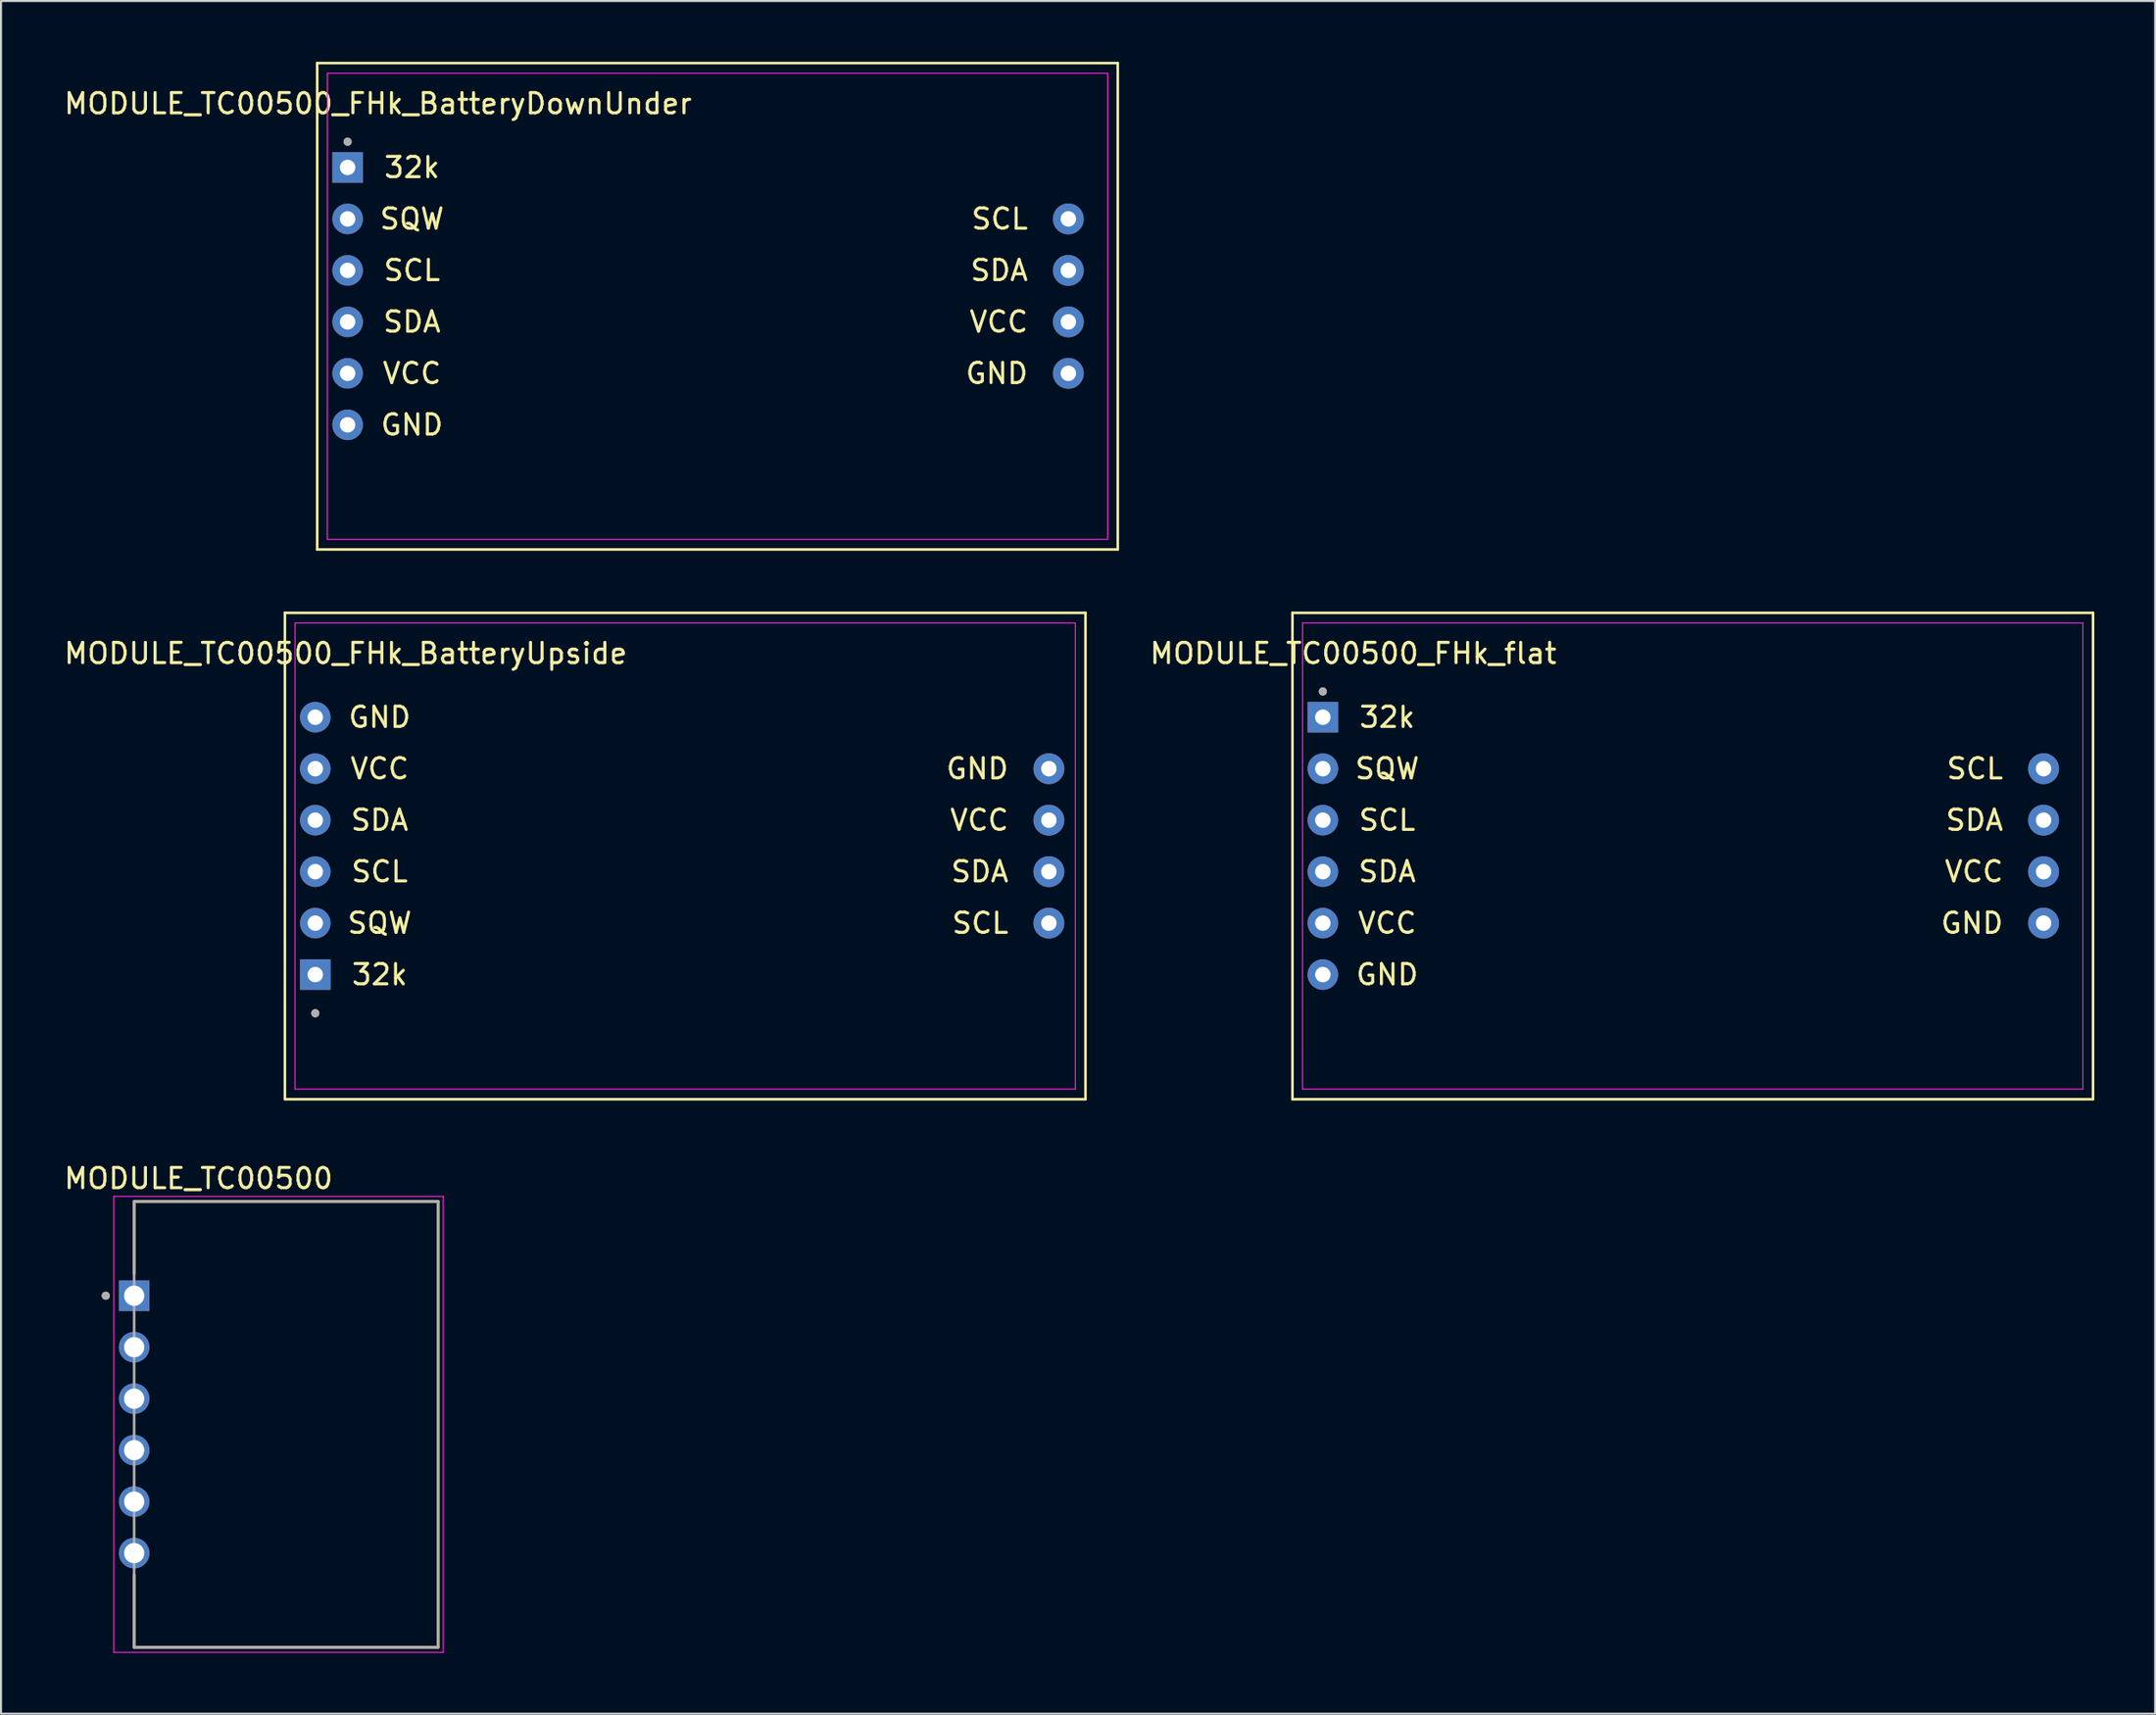
<source format=kicad_pcb>
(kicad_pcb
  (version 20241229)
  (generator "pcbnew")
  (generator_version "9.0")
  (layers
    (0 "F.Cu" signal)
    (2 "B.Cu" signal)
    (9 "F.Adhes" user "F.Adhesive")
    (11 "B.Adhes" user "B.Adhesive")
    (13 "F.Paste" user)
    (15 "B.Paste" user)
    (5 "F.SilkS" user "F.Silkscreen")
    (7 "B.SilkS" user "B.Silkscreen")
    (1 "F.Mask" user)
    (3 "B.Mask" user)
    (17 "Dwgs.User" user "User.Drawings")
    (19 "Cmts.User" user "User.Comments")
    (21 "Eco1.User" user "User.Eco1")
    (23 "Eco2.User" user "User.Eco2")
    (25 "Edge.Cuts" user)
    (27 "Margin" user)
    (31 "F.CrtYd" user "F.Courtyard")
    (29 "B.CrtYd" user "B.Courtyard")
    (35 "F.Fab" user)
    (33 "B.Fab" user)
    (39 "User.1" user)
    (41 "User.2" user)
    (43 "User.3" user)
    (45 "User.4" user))
  (footprint "MODULE_TC00500_FHk_BatteryDownUnder"
    (layer "F.Cu")
    (at 14.101 11.563)
    (property "Reference" "MODULE_TC00500_FHk_BatteryDownUnder" (at 1.5 -9.5 0) (layer "F.SilkS") (effects (font (size 1 1) (thickness 0.15))))
    (attr through_hole)
    (fp_line (start -1.5 -11.5) (end -1.5 12.5) (stroke (width 0.127) (type solid)) (layer "F.SilkS"))
    (fp_line (start -1.5 -11.5) (end 38 -11.5) (stroke (width 0.127) (type solid)) (layer "F.SilkS"))
    (fp_line (start -1.5 12.5) (end 38 12.5) (stroke (width 0.127) (type solid)) (layer "F.SilkS"))
    (fp_line (start 38 -11.5) (end 38 12.5) (stroke (width 0.127) (type solid)) (layer "F.SilkS"))
    (fp_circle (center 0 -7.62) (end 0.1 -7.62) (stroke (width 0.2) (type solid)) (fill no) (layer "F.SilkS"))
    (fp_line (start -1.004 12) (end -1 -11) (stroke (width 0.05) (type solid)) (layer "F.CrtYd"))
    (fp_line (start -1 -11) (end 37.5 -11) (stroke (width 0.05) (type solid)) (layer "F.CrtYd"))
    (fp_line (start 37.5 -11) (end 37.5 12) (stroke (width 0.05) (type solid)) (layer "F.CrtYd"))
    (fp_line (start 37.5 12) (end -1 12) (stroke (width 0.05) (type solid)) (layer "F.CrtYd"))
    (fp_circle (center 0 -7.62) (end 0.1 -7.62) (stroke (width 0.2) (type solid)) (fill no) (layer "F.Fab"))
    (fp_text user "VCC" (at 33.655 1.27 0) (layer "F.SilkS") (effects (font (size 1 1) (thickness 0.15)) (justify right)))
    (fp_text user "GND" (at 33.655 3.81 0) (layer "F.SilkS") (effects (font (size 1 1) (thickness 0.15)) (justify right)))
    (fp_text user "SCL" (at 33.655 -3.81 0) (layer "F.SilkS") (effects (font (size 1 1) (thickness 0.15)) (justify right)))
    (fp_text user "SQW" (at 3.175 -3.81 0) (layer "F.SilkS") (effects (font (size 1 1) (thickness 0.15))))
    (fp_text user "VCC" (at 3.175 3.81 0) (layer "F.SilkS") (effects (font (size 1 1) (thickness 0.15))))
    (fp_text user "SDA" (at 3.175 1.27 0) (layer "F.SilkS") (effects (font (size 1 1) (thickness 0.15))))
    (fp_text user "SDA" (at 33.655 -1.27 0) (layer "F.SilkS") (effects (font (size 1 1) (thickness 0.15)) (justify right)))
    (fp_text user "32k" (at 3.175 -6.35 0) (layer "F.SilkS") (effects (font (size 1 1) (thickness 0.15))))
    (fp_text user "GND" (at 3.175 6.35 0) (layer "F.SilkS") (effects (font (size 1 1) (thickness 0.15))))
    (fp_text user "SCL" (at 3.175 -1.27 0) (layer "F.SilkS") (effects (font (size 1 1) (thickness 0.15))))
    (pad "1" thru_hole rect (at 0 -6.35) (size 1.508 1.508) (drill 0.762) (layers "*.Cu" "*.Mask"))
    (pad "2" thru_hole circle (at 0 -3.81) (size 1.508 1.508) (drill 0.762) (layers "*.Cu" "*.Mask"))
    (pad "3" thru_hole circle (at 0 -1.27) (size 1.508 1.508) (drill 0.762) (layers "*.Cu" "*.Mask"))
    (pad "3" thru_hole circle (at 35.56 -3.81) (size 1.524 1.524) (drill 0.762) (layers "*.Cu" "*.Mask"))
    (pad "4" thru_hole circle (at 0 1.27) (size 1.508 1.508) (drill 0.762) (layers "*.Cu" "*.Mask"))
    (pad "4" thru_hole circle (at 35.56 -1.27) (size 1.524 1.524) (drill 0.762) (layers "*.Cu" "*.Mask"))
    (pad "5" thru_hole circle (at 0 3.81) (size 1.508 1.508) (drill 0.762) (layers "*.Cu" "*.Mask"))
    (pad "5" thru_hole circle (at 35.56 1.27) (size 1.524 1.524) (drill 0.762) (layers "*.Cu" "*.Mask"))
    (pad "6" thru_hole circle (at 0 6.35) (size 1.508 1.508) (drill 0.762) (layers "*.Cu" "*.Mask"))
    (pad "6" thru_hole circle (at 35.56 3.81) (size 1.524 1.524) (drill 0.762) (layers "*.Cu" "*.Mask")))
  (footprint "MODULE_TC00500_FHk_flat"
    (layer "F.Cu")
    (at 62.218 38.691)
    (property "Reference" "MODULE_TC00500_FHk_flat" (at 1.5 -9.5 0) (layer "F.SilkS") (effects (font (size 1 1) (thickness 0.15))))
    (attr through_hole)
    (fp_line (start -1.5 -11.5) (end -1.5 12.5) (stroke (width 0.127) (type solid)) (layer "F.SilkS"))
    (fp_line (start -1.5 -11.5) (end 38 -11.5) (stroke (width 0.127) (type solid)) (layer "F.SilkS"))
    (fp_line (start -1.5 12.5) (end 38 12.5) (stroke (width 0.127) (type solid)) (layer "F.SilkS"))
    (fp_line (start 38 -11.5) (end 38 12.5) (stroke (width 0.127) (type solid)) (layer "F.SilkS"))
    (fp_circle (center 0 -7.62) (end 0.1 -7.62) (stroke (width 0.2) (type solid)) (fill no) (layer "F.SilkS"))
    (fp_line (start -1.004 12) (end -1 -11) (stroke (width 0.05) (type solid)) (layer "F.CrtYd"))
    (fp_line (start -1 -11) (end 37.5 -11) (stroke (width 0.05) (type solid)) (layer "F.CrtYd"))
    (fp_line (start 37.5 -11) (end 37.5 12) (stroke (width 0.05) (type solid)) (layer "F.CrtYd"))
    (fp_line (start 37.5 12) (end -1 12) (stroke (width 0.05) (type solid)) (layer "F.CrtYd"))
    (fp_circle (center 0 -7.62) (end 0.1 -7.62) (stroke (width 0.2) (type solid)) (fill no) (layer "F.Fab"))
    (fp_text user "SDA" (at 3.175 1.27 0) (layer "F.SilkS") (effects (font (size 1 1) (thickness 0.15))))
    (fp_text user "32k" (at 3.175 -6.35 0) (layer "F.SilkS") (effects (font (size 1 1) (thickness 0.15))))
    (fp_text user "SCL" (at 33.655 -3.81 0) (layer "F.SilkS") (effects (font (size 1 1) (thickness 0.15)) (justify right)))
    (fp_text user "SDA" (at 33.655 -1.27 0) (layer "F.SilkS") (effects (font (size 1 1) (thickness 0.15)) (justify right)))
    (fp_text user "GND" (at 3.175 6.35 0) (layer "F.SilkS") (effects (font (size 1 1) (thickness 0.15))))
    (fp_text user "SQW" (at 3.175 -3.81 0) (layer "F.SilkS") (effects (font (size 1 1) (thickness 0.15))))
    (fp_text user "GND" (at 33.655 3.81 0) (layer "F.SilkS") (effects (font (size 1 1) (thickness 0.15)) (justify right)))
    (fp_text user "SCL" (at 3.175 -1.27 0) (layer "F.SilkS") (effects (font (size 1 1) (thickness 0.15))))
    (fp_text user "VCC" (at 33.655 1.27 0) (layer "F.SilkS") (effects (font (size 1 1) (thickness 0.15)) (justify right)))
    (fp_text user "VCC" (at 3.175 3.81 0) (layer "F.SilkS") (effects (font (size 1 1) (thickness 0.15))))
    (pad "1" thru_hole rect (at 0 -6.35) (size 1.508 1.508) (drill 0.762) (layers "*.Cu" "*.Mask"))
    (pad "2" thru_hole circle (at 0 -3.81) (size 1.508 1.508) (drill 0.762) (layers "*.Cu" "*.Mask"))
    (pad "3" thru_hole circle (at 0 -1.27) (size 1.508 1.508) (drill 0.762) (layers "*.Cu" "*.Mask"))
    (pad "3" thru_hole circle (at 35.56 -3.81) (size 1.524 1.524) (drill 0.762) (layers "*.Cu" "*.Mask"))
    (pad "4" thru_hole circle (at 0 1.27) (size 1.508 1.508) (drill 0.762) (layers "*.Cu" "*.Mask"))
    (pad "4" thru_hole circle (at 35.56 -1.27) (size 1.524 1.524) (drill 0.762) (layers "*.Cu" "*.Mask"))
    (pad "5" thru_hole circle (at 0 3.81) (size 1.508 1.508) (drill 0.762) (layers "*.Cu" "*.Mask"))
    (pad "5" thru_hole circle (at 35.56 1.27) (size 1.524 1.524) (drill 0.762) (layers "*.Cu" "*.Mask"))
    (pad "6" thru_hole circle (at 0 6.35) (size 1.508 1.508) (drill 0.762) (layers "*.Cu" "*.Mask"))
    (pad "6" thru_hole circle (at 35.56 3.81) (size 1.524 1.524) (drill 0.762) (layers "*.Cu" "*.Mask")))
  (footprint "MODULE_TC00500"
    (layer "F.Cu")
    (at 3.569 67.237)
    (property "Reference" "MODULE_TC00500" (at 3.175 -12.135 0) (layer "F.SilkS") (effects (font (size 1 1) (thickness 0.15))))
    (attr through_hole)
    (fp_line (start 0 -11) (end 15 -11) (stroke (width 0.127) (type solid)) (layer "F.SilkS"))
    (fp_line (start 0 -7.424) (end 0 -11) (stroke (width 0.127) (type solid)) (layer "F.SilkS"))
    (fp_line (start 0 11) (end 0 7.424) (stroke (width 0.127) (type solid)) (layer "F.SilkS"))
    (fp_line (start 15 -11) (end 15 11) (stroke (width 0.127) (type solid)) (layer "F.SilkS"))
    (fp_line (start 15 11) (end 0 11) (stroke (width 0.127) (type solid)) (layer "F.SilkS"))
    (fp_circle (center -1.4 -6.35) (end -1.3 -6.35) (stroke (width 0.2) (type solid)) (fill no) (layer "F.SilkS"))
    (fp_line (start -1.004 -11.25) (end 15.25 -11.25) (stroke (width 0.05) (type solid)) (layer "F.CrtYd"))
    (fp_line (start -1.004 11.25) (end -1.004 -11.25) (stroke (width 0.05) (type solid)) (layer "F.CrtYd"))
    (fp_line (start 15.25 -11.25) (end 15.25 11.25) (stroke (width 0.05) (type solid)) (layer "F.CrtYd"))
    (fp_line (start 15.25 11.25) (end -1.004 11.25) (stroke (width 0.05) (type solid)) (layer "F.CrtYd"))
    (fp_line (start 0 -11) (end 15 -11) (stroke (width 0.127) (type solid)) (layer "F.Fab"))
    (fp_line (start 0 11) (end 0 -11) (stroke (width 0.127) (type solid)) (layer "F.Fab"))
    (fp_line (start 15 -11) (end 15 11) (stroke (width 0.127) (type solid)) (layer "F.Fab"))
    (fp_line (start 15 11) (end 0 11) (stroke (width 0.127) (type solid)) (layer "F.Fab"))
    (fp_circle (center -1.4 -6.35) (end -1.3 -6.35) (stroke (width 0.2) (type solid)) (fill no) (layer "F.Fab"))
    (pad "1" thru_hole rect (at 0 -6.35) (size 1.508 1.508) (drill 1) (layers "*.Cu" "*.Mask"))
    (pad "2" thru_hole circle (at 0 -3.81) (size 1.508 1.508) (drill 1) (layers "*.Cu" "*.Mask"))
    (pad "3" thru_hole circle (at 0 -1.27) (size 1.508 1.508) (drill 1) (layers "*.Cu" "*.Mask"))
    (pad "4" thru_hole circle (at 0 1.27) (size 1.508 1.508) (drill 1) (layers "*.Cu" "*.Mask"))
    (pad "5" thru_hole circle (at 0 3.81) (size 1.508 1.508) (drill 1) (layers "*.Cu" "*.Mask"))
    (pad "6" thru_hole circle (at 0 6.35) (size 1.508 1.508) (drill 1) (layers "*.Cu" "*.Mask")))
  (footprint "MODULE_TC00500_FHk_BatteryUpside"
    (layer "F.Cu")
    (at 12.506 38.691)
    (property "Reference" "MODULE_TC00500_FHk_BatteryUpside" (at 1.5 -9.5 0) (layer "F.SilkS") (effects (font (size 1 1) (thickness 0.15))))
    (attr through_hole)
    (fp_line (start -1.5 -11.5) (end -1.5 12.5) (stroke (width 0.127) (type solid)) (layer "F.SilkS"))
    (fp_line (start -1.5 -11.5) (end 38 -11.5) (stroke (width 0.127) (type solid)) (layer "F.SilkS"))
    (fp_line (start -1.5 12.5) (end 38 12.5) (stroke (width 0.127) (type solid)) (layer "F.SilkS"))
    (fp_line (start 38 -11.5) (end 38 12.5) (stroke (width 0.127) (type solid)) (layer "F.SilkS"))
    (fp_circle (center 0 8.255) (end 0.1 8.255) (stroke (width 0.2) (type solid)) (fill no) (layer "F.SilkS"))
    (fp_line (start -1.004 12) (end -1 -11) (stroke (width 0.05) (type solid)) (layer "F.CrtYd"))
    (fp_line (start -1 -11) (end 37.5 -11) (stroke (width 0.05) (type solid)) (layer "F.CrtYd"))
    (fp_line (start 37.5 -11) (end 37.5 12) (stroke (width 0.05) (type solid)) (layer "F.CrtYd"))
    (fp_line (start 37.5 12) (end -1 12) (stroke (width 0.05) (type solid)) (layer "F.CrtYd"))
    (fp_circle (center 0 8.255) (end 0.1 8.255) (stroke (width 0.2) (type solid)) (fill no) (layer "F.Fab"))
    (fp_text user "VCC" (at 34.29 -1.27 0) (layer "F.SilkS") (effects (font (size 1 1) (thickness 0.15)) (justify right)))
    (fp_text user "GND" (at 34.29 -3.81 0) (layer "F.SilkS") (effects (font (size 1 1) (thickness 0.15)) (justify right)))
    (fp_text user "SDA" (at 34.29 1.27 0) (layer "F.SilkS") (effects (font (size 1 1) (thickness 0.15)) (justify right)))
    (fp_text user "SQW" (at 3.175 3.81 0) (layer "F.SilkS") (effects (font (size 1 1) (thickness 0.15))))
    (fp_text user "SCL" (at 34.29 3.81 0) (layer "F.SilkS") (effects (font (size 1 1) (thickness 0.15)) (justify right)))
    (fp_text user "SDA" (at 3.175 -1.27 0) (layer "F.SilkS") (effects (font (size 1 1) (thickness 0.15))))
    (fp_text user "VCC" (at 3.175 -3.81 0) (layer "F.SilkS") (effects (font (size 1 1) (thickness 0.15))))
    (fp_text user "32k" (at 3.175 6.35 0) (layer "F.SilkS") (effects (font (size 1 1) (thickness 0.15))))
    (fp_text user "GND" (at 3.175 -6.35 0) (layer "F.SilkS") (effects (font (size 1 1) (thickness 0.15))))
    (fp_text user "SCL" (at 3.175 1.27 0) (layer "F.SilkS") (effects (font (size 1 1) (thickness 0.15))))
    (pad "1" thru_hole rect (at 0 6.35) (size 1.508 1.508) (drill 0.762) (layers "*.Cu" "*.Mask"))
    (pad "2" thru_hole circle (at 0 3.81) (size 1.508 1.508) (drill 0.762) (layers "*.Cu" "*.Mask"))
    (pad "3" thru_hole circle (at 0 1.27) (size 1.508 1.508) (drill 0.762) (layers "*.Cu" "*.Mask"))
    (pad "3" thru_hole circle (at 36.195 3.81) (size 1.524 1.524) (drill 0.762) (layers "*.Cu" "*.Mask"))
    (pad "4" thru_hole circle (at 0 -1.27) (size 1.508 1.508) (drill 0.762) (layers "*.Cu" "*.Mask"))
    (pad "4" thru_hole circle (at 36.195 1.27) (size 1.524 1.524) (drill 0.762) (layers "*.Cu" "*.Mask"))
    (pad "5" thru_hole circle (at 0 -3.81) (size 1.508 1.508) (drill 0.762) (layers "*.Cu" "*.Mask"))
    (pad "5" thru_hole circle (at 36.195 -1.27) (size 1.524 1.524) (drill 0.762) (layers "*.Cu" "*.Mask"))
    (pad "6" thru_hole circle (at 0 -6.35) (size 1.508 1.508) (drill 0.762) (layers "*.Cu" "*.Mask"))
    (pad "6" thru_hole circle (at 36.195 -3.81) (size 1.524 1.524) (drill 0.762) (layers "*.Cu" "*.Mask")))
  (gr_rect
    (start -3 -3)
    (end 103.282 81.512)
    (stroke (width 0.1) (type default))
    (fill no)
    (layer "Edge.Cuts")))
</source>
